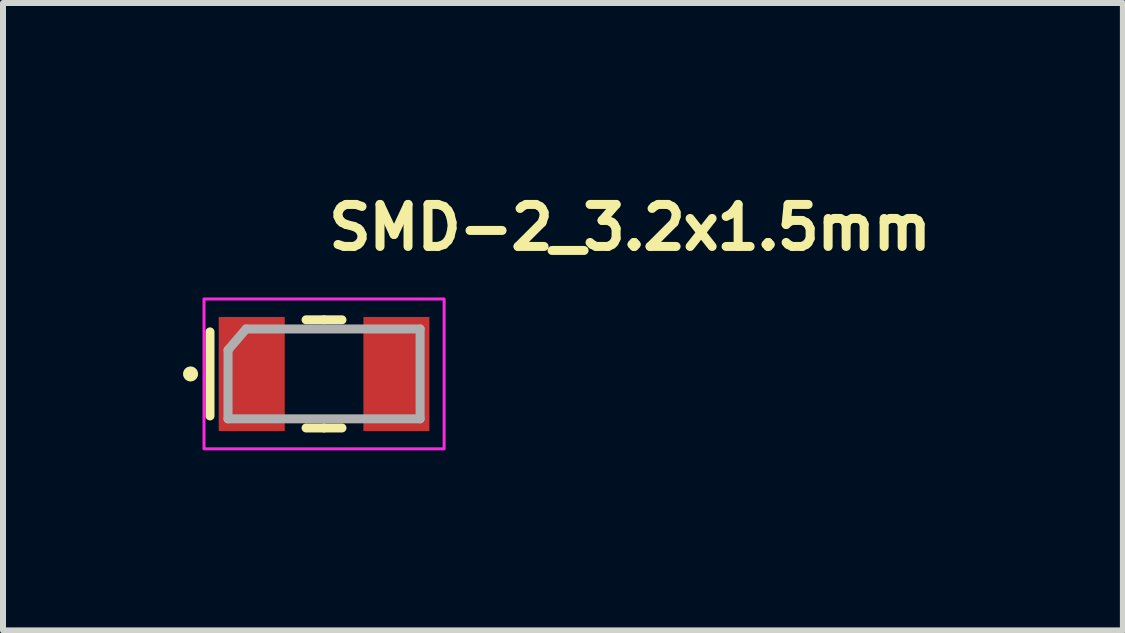
<source format=kicad_pcb>
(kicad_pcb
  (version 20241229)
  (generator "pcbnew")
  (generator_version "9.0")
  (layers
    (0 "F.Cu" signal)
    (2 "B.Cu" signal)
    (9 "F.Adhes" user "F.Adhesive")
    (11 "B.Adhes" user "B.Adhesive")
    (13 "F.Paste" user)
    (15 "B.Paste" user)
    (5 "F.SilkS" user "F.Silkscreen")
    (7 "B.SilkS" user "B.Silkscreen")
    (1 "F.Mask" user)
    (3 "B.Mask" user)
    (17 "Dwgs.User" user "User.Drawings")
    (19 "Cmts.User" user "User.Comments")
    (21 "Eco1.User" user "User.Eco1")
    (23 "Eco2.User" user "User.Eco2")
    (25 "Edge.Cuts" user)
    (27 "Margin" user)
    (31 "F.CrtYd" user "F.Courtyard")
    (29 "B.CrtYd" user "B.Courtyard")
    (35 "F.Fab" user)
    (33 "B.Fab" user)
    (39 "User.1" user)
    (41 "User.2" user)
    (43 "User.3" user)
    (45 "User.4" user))
  (footprint "SMD-2_3.2x1.5mm"
    (layer "F.Cu")
    (at 2.35 3.181)
    (property "Reference" "SMD-2_3.2x1.5mm" (at 0 -2.031 0) (layer "F.SilkS") (effects (font (size 0.7 0.7) (thickness 0.15)) (justify left bottom)))
    (attr smd)
    (fp_line (start -1.901 -0.701) (end -1.901 0.699) (stroke (width 0.15) (type solid)) (layer "F.SilkS"))
    (fp_line (start 0 -0.902) (end -0.3 -0.902) (stroke (width 0.15) (type solid)) (layer "F.SilkS"))
    (fp_line (start 0 -0.902) (end 0.298 -0.902) (stroke (width 0.15) (type solid)) (layer "F.SilkS"))
    (fp_line (start 0 0.9) (end -0.3 0.9) (stroke (width 0.15) (type solid)) (layer "F.SilkS"))
    (fp_line (start 0 0.9) (end 0.298 0.9) (stroke (width 0.15) (type solid)) (layer "F.SilkS"))
    (fp_circle (center -2.225 0) (end -2.175 0) (stroke (width 0.15) (type solid)) (fill yes) (layer "F.SilkS"))
    (fp_rect (start -2.001 -1.25) (end 2 1.248) (stroke (width 0.05) (type solid)) (fill no) (layer "F.CrtYd"))
    (fp_line (start -1.601 0.748) (end -1.6 -0.4) (stroke (width 0.15) (type solid)) (layer "F.Fab"))
    (fp_line (start -1.601 0.748) (end 1.6 0.748) (stroke (width 0.15) (type solid)) (layer "F.Fab"))
    (fp_line (start -1.3 -0.75) (end -1.6 -0.4) (stroke (width 0.15) (type solid)) (layer "F.Fab"))
    (fp_line (start 1.6 -0.75) (end -1.3 -0.75) (stroke (width 0.15) (type solid)) (layer "F.Fab"))
    (fp_line (start 1.6 0.748) (end 1.6 -0.75) (stroke (width 0.15) (type solid)) (layer "F.Fab"))
    (fp_rect (start -1.601 -0.75) (end 1.6 0.748) (stroke (width 0.1) (type solid)) (fill no) (layer "User.5"))
    (fp_line (start -1.601 -0.677) (end -1.601 0.675) (stroke (width 0.02) (type solid)) (layer "User.9"))
    (fp_line (start -1.601 0.675) (end -1.597 0.675) (stroke (width 0.02) (type solid)) (layer "User.9"))
    (fp_line (start -1.597 -0.677) (end -1.601 -0.677) (stroke (width 0.02) (type solid)) (layer "User.9"))
    (fp_line (start -1.597 0.675) (end -1.593 0.675) (stroke (width 0.02) (type solid)) (layer "User.9"))
    (fp_line (start -1.593 -0.677) (end -1.597 -0.677) (stroke (width 0.02) (type solid)) (layer "User.9"))
    (fp_line (start -1.593 0.675) (end -1.589 0.675) (stroke (width 0.02) (type solid)) (layer "User.9"))
    (fp_line (start -1.589 -0.677) (end -1.593 -0.677) (stroke (width 0.02) (type solid)) (layer "User.9"))
    (fp_line (start -1.589 0.675) (end -1.587 0.676) (stroke (width 0.02) (type solid)) (layer "User.9"))
    (fp_line (start -1.587 -0.678) (end -1.589 -0.677) (stroke (width 0.02) (type solid)) (layer "User.9"))
    (fp_line (start -1.587 0.676) (end -1.583 0.677) (stroke (width 0.02) (type solid)) (layer "User.9"))
    (fp_line (start -1.583 -0.679) (end -1.587 -0.678) (stroke (width 0.02) (type solid)) (layer "User.9"))
    (fp_line (start -1.583 0.677) (end -1.579 0.678) (stroke (width 0.02) (type solid)) (layer "User.9"))
    (fp_line (start -1.579 -0.68) (end -1.583 -0.679) (stroke (width 0.02) (type solid)) (layer "User.9"))
    (fp_line (start -1.579 0.678) (end -1.575 0.679) (stroke (width 0.02) (type solid)) (layer "User.9"))
    (fp_line (start -1.575 -0.681) (end -1.579 -0.68) (stroke (width 0.02) (type solid)) (layer "User.9"))
    (fp_line (start -1.575 0.679) (end -1.573 0.68) (stroke (width 0.02) (type solid)) (layer "User.9"))
    (fp_line (start -1.573 -0.682) (end -1.575 -0.681) (stroke (width 0.02) (type solid)) (layer "User.9"))
    (fp_line (start -1.573 0.68) (end -1.569 0.682) (stroke (width 0.02) (type solid)) (layer "User.9"))
    (fp_line (start -1.569 -0.684) (end -1.573 -0.682) (stroke (width 0.02) (type solid)) (layer "User.9"))
    (fp_line (start -1.569 0.682) (end -1.565 0.683) (stroke (width 0.02) (type solid)) (layer "User.9"))
    (fp_line (start -1.565 -0.685) (end -1.569 -0.684) (stroke (width 0.02) (type solid)) (layer "User.9"))
    (fp_line (start -1.565 0.683) (end -1.563 0.685) (stroke (width 0.02) (type solid)) (layer "User.9"))
    (fp_line (start -1.563 -0.687) (end -1.565 -0.685) (stroke (width 0.02) (type solid)) (layer "User.9"))
    (fp_line (start -1.563 0.685) (end -1.559 0.687) (stroke (width 0.02) (type solid)) (layer "User.9"))
    (fp_line (start -1.559 -0.689) (end -1.563 -0.687) (stroke (width 0.02) (type solid)) (layer "User.9"))
    (fp_line (start -1.559 0.687) (end -1.557 0.689) (stroke (width 0.02) (type solid)) (layer "User.9"))
    (fp_line (start -1.557 -0.691) (end -1.559 -0.689) (stroke (width 0.02) (type solid)) (layer "User.9"))
    (fp_line (start -1.557 0.689) (end -1.553 0.691) (stroke (width 0.02) (type solid)) (layer "User.9"))
    (fp_line (start -1.553 -0.693) (end -1.557 -0.691) (stroke (width 0.02) (type solid)) (layer "User.9"))
    (fp_line (start -1.553 0.691) (end -1.551 0.694) (stroke (width 0.02) (type solid)) (layer "User.9"))
    (fp_line (start -1.551 -0.696) (end -1.553 -0.693) (stroke (width 0.02) (type solid)) (layer "User.9"))
    (fp_line (start -1.551 0.694) (end -1.547 0.696) (stroke (width 0.02) (type solid)) (layer "User.9"))
    (fp_line (start -1.547 -0.698) (end -1.551 -0.696) (stroke (width 0.02) (type solid)) (layer "User.9"))
    (fp_line (start -1.547 -0.698) (end -1.547 -0.698) (stroke (width 0.02) (type solid)) (layer "User.9"))
    (fp_line (start -1.547 0.696) (end -1.547 0.696) (stroke (width 0.02) (type solid)) (layer "User.9"))
    (fp_line (start -1.547 0.696) (end -1.545 0.699) (stroke (width 0.02) (type solid)) (layer "User.9"))
    (fp_line (start -1.545 -0.701) (end -1.547 -0.698) (stroke (width 0.02) (type solid)) (layer "User.9"))
    (fp_line (start -1.545 0.699) (end -1.543 0.702) (stroke (width 0.02) (type solid)) (layer "User.9"))
    (fp_line (start -1.543 -0.704) (end -1.545 -0.701) (stroke (width 0.02) (type solid)) (layer "User.9"))
    (fp_line (start -1.543 0.702) (end -1.541 0.704) (stroke (width 0.02) (type solid)) (layer "User.9"))
    (fp_line (start -1.541 -0.706) (end -1.543 -0.704) (stroke (width 0.02) (type solid)) (layer "User.9"))
    (fp_line (start -1.541 0.704) (end -1.539 0.707) (stroke (width 0.02) (type solid)) (layer "User.9"))
    (fp_line (start -1.539 -0.709) (end -1.541 -0.706) (stroke (width 0.02) (type solid)) (layer "User.9"))
    (fp_line (start -1.539 0.707) (end -1.536 0.71) (stroke (width 0.02) (type solid)) (layer "User.9"))
    (fp_line (start -1.536 -0.712) (end -1.539 -0.709) (stroke (width 0.02) (type solid)) (layer "User.9"))
    (fp_line (start -1.536 0.71) (end -1.534 0.713) (stroke (width 0.02) (type solid)) (layer "User.9"))
    (fp_line (start -1.534 -0.718) (end -1.534 -0.715) (stroke (width 0.02) (type solid)) (layer "User.9"))
    (fp_line (start -1.534 -0.715) (end -1.536 -0.712) (stroke (width 0.02) (type solid)) (layer "User.9"))
    (fp_line (start -1.534 0.713) (end -1.534 0.716) (stroke (width 0.02) (type solid)) (layer "User.9"))
    (fp_line (start -1.534 0.716) (end -1.532 0.72) (stroke (width 0.02) (type solid)) (layer "User.9"))
    (fp_line (start -1.532 -0.722) (end -1.534 -0.718) (stroke (width 0.02) (type solid)) (layer "User.9"))
    (fp_line (start -1.532 0.72) (end -1.53 0.723) (stroke (width 0.02) (type solid)) (layer "User.9"))
    (fp_line (start -1.53 -0.729) (end -1.53 -0.725) (stroke (width 0.02) (type solid)) (layer "User.9"))
    (fp_line (start -1.53 -0.725) (end -1.532 -0.722) (stroke (width 0.02) (type solid)) (layer "User.9"))
    (fp_line (start -1.53 0.723) (end -1.53 0.727) (stroke (width 0.02) (type solid)) (layer "User.9"))
    (fp_line (start -1.53 0.727) (end -1.528 0.73) (stroke (width 0.02) (type solid)) (layer "User.9"))
    (fp_line (start -1.528 -0.736) (end -1.528 -0.732) (stroke (width 0.02) (type solid)) (layer "User.9"))
    (fp_line (start -1.528 -0.732) (end -1.53 -0.729) (stroke (width 0.02) (type solid)) (layer "User.9"))
    (fp_line (start -1.528 0.73) (end -1.528 0.734) (stroke (width 0.02) (type solid)) (layer "User.9"))
    (fp_line (start -1.528 0.734) (end -1.526 0.737) (stroke (width 0.02) (type solid)) (layer "User.9"))
    (fp_line (start -1.526 -0.75) (end -1.526 -0.747) (stroke (width 0.02) (type solid)) (layer "User.9"))
    (fp_line (start -1.526 -0.747) (end -1.526 -0.743) (stroke (width 0.02) (type solid)) (layer "User.9"))
    (fp_line (start -1.526 -0.743) (end -1.526 -0.739) (stroke (width 0.02) (type solid)) (layer "User.9"))
    (fp_line (start -1.526 -0.739) (end -1.528 -0.736) (stroke (width 0.02) (type solid)) (layer "User.9"))
    (fp_line (start -1.526 0.737) (end -1.526 0.741) (stroke (width 0.02) (type solid)) (layer "User.9"))
    (fp_line (start -1.526 0.741) (end -1.526 0.745) (stroke (width 0.02) (type solid)) (layer "User.9"))
    (fp_line (start -1.526 0.745) (end -1.526 0.748) (stroke (width 0.02) (type solid)) (layer "User.9"))
    (fp_line (start -1.526 0.748) (end 1.523 0.748) (stroke (width 0.02) (type solid)) (layer "User.9"))
    (fp_line (start -1.5 -0.567) (end -1.498 -0.572) (stroke (width 0.02) (type solid)) (layer "User.9"))
    (fp_line (start -1.5 -0.562) (end -1.5 -0.567) (stroke (width 0.02) (type solid)) (layer "User.9"))
    (fp_line (start -1.5 -0.557) (end -1.5 -0.562) (stroke (width 0.02) (type solid)) (layer "User.9"))
    (fp_line (start -1.5 -0.552) (end -1.5 -0.557) (stroke (width 0.02) (type solid)) (layer "User.9"))
    (fp_line (start -1.5 0.55) (end -1.5 -0.552) (stroke (width 0.02) (type solid)) (layer "User.9"))
    (fp_line (start -1.5 0.555) (end -1.5 0.55) (stroke (width 0.02) (type solid)) (layer "User.9"))
    (fp_line (start -1.5 0.56) (end -1.5 0.555) (stroke (width 0.02) (type solid)) (layer "User.9"))
    (fp_line (start -1.5 0.565) (end -1.5 0.56) (stroke (width 0.02) (type solid)) (layer "User.9"))
    (fp_line (start -1.498 -0.576) (end -1.496 -0.58) (stroke (width 0.02) (type solid)) (layer "User.9"))
    (fp_line (start -1.498 -0.572) (end -1.498 -0.576) (stroke (width 0.02) (type solid)) (layer "User.9"))
    (fp_line (start -1.498 0.57) (end -1.5 0.565) (stroke (width 0.02) (type solid)) (layer "User.9"))
    (fp_line (start -1.498 0.574) (end -1.498 0.57) (stroke (width 0.02) (type solid)) (layer "User.9"))
    (fp_line (start -1.496 -0.58) (end -1.494 -0.585) (stroke (width 0.02) (type solid)) (layer "User.9"))
    (fp_line (start -1.496 0.578) (end -1.498 0.574) (stroke (width 0.02) (type solid)) (layer "User.9"))
    (fp_line (start -1.494 -0.589) (end -1.492 -0.594) (stroke (width 0.02) (type solid)) (layer "User.9"))
    (fp_line (start -1.494 -0.585) (end -1.494 -0.589) (stroke (width 0.02) (type solid)) (layer "User.9"))
    (fp_line (start -1.494 0.583) (end -1.496 0.578) (stroke (width 0.02) (type solid)) (layer "User.9"))
    (fp_line (start -1.494 0.587) (end -1.494 0.583) (stroke (width 0.02) (type solid)) (layer "User.9"))
    (fp_line (start -1.492 -0.594) (end -1.488 -0.598) (stroke (width 0.02) (type solid)) (layer "User.9"))
    (fp_line (start -1.492 0.592) (end -1.494 0.587) (stroke (width 0.02) (type solid)) (layer "User.9"))
    (fp_line (start -1.488 -0.598) (end -1.486 -0.602) (stroke (width 0.02) (type solid)) (layer "User.9"))
    (fp_line (start -1.488 0.596) (end -1.492 0.592) (stroke (width 0.02) (type solid)) (layer "User.9"))
    (fp_line (start -1.486 -0.602) (end -1.484 -0.606) (stroke (width 0.02) (type solid)) (layer "User.9"))
    (fp_line (start -1.486 0.6) (end -1.488 0.596) (stroke (width 0.02) (type solid)) (layer "User.9"))
    (fp_line (start -1.484 -0.606) (end -1.482 -0.61) (stroke (width 0.02) (type solid)) (layer "User.9"))
    (fp_line (start -1.484 0.604) (end -1.486 0.6) (stroke (width 0.02) (type solid)) (layer "User.9"))
    (fp_line (start -1.482 -0.61) (end -1.478 -0.614) (stroke (width 0.02) (type solid)) (layer "User.9"))
    (fp_line (start -1.482 0.608) (end -1.484 0.604) (stroke (width 0.02) (type solid)) (layer "User.9"))
    (fp_line (start -1.478 -0.614) (end -1.476 -0.618) (stroke (width 0.02) (type solid)) (layer "User.9"))
    (fp_line (start -1.478 0.612) (end -1.482 0.608) (stroke (width 0.02) (type solid)) (layer "User.9"))
    (fp_line (start -1.476 -0.618) (end -1.472 -0.621) (stroke (width 0.02) (type solid)) (layer "User.9"))
    (fp_line (start -1.476 0.616) (end -1.478 0.612) (stroke (width 0.02) (type solid)) (layer "User.9"))
    (fp_line (start -1.472 -0.621) (end -1.468 -0.625) (stroke (width 0.02) (type solid)) (layer "User.9"))
    (fp_line (start -1.472 0.619) (end -1.476 0.616) (stroke (width 0.02) (type solid)) (layer "User.9"))
    (fp_line (start -1.468 -0.625) (end -1.464 -0.628) (stroke (width 0.02) (type solid)) (layer "User.9"))
    (fp_line (start -1.468 0.623) (end -1.472 0.619) (stroke (width 0.02) (type solid)) (layer "User.9"))
    (fp_line (start -1.464 -0.628) (end -1.46 -0.631) (stroke (width 0.02) (type solid)) (layer "User.9"))
    (fp_line (start -1.464 0.626) (end -1.468 0.623) (stroke (width 0.02) (type solid)) (layer "User.9"))
    (fp_line (start -1.46 -0.631) (end -1.456 -0.633) (stroke (width 0.02) (type solid)) (layer "User.9"))
    (fp_line (start -1.46 0.629) (end -1.464 0.626) (stroke (width 0.02) (type solid)) (layer "User.9"))
    (fp_line (start -1.456 -0.633) (end -1.452 -0.636) (stroke (width 0.02) (type solid)) (layer "User.9"))
    (fp_line (start -1.456 0.631) (end -1.46 0.629) (stroke (width 0.02) (type solid)) (layer "User.9"))
    (fp_line (start -1.452 -0.636) (end -1.448 -0.638) (stroke (width 0.02) (type solid)) (layer "User.9"))
    (fp_line (start -1.452 0.634) (end -1.456 0.631) (stroke (width 0.02) (type solid)) (layer "User.9"))
    (fp_line (start -1.448 -0.638) (end -1.444 -0.642) (stroke (width 0.02) (type solid)) (layer "User.9"))
    (fp_line (start -1.448 0.636) (end -1.452 0.634) (stroke (width 0.02) (type solid)) (layer "User.9"))
    (fp_line (start -1.444 -0.642) (end -1.44 -0.644) (stroke (width 0.02) (type solid)) (layer "User.9"))
    (fp_line (start -1.444 0.64) (end -1.448 0.636) (stroke (width 0.02) (type solid)) (layer "User.9"))
    (fp_line (start -1.44 -0.644) (end -1.436 -0.645) (stroke (width 0.02) (type solid)) (layer "User.9"))
    (fp_line (start -1.44 0.642) (end -1.444 0.64) (stroke (width 0.02) (type solid)) (layer "User.9"))
    (fp_line (start -1.436 -0.645) (end -1.43 -0.647) (stroke (width 0.02) (type solid)) (layer "User.9"))
    (fp_line (start -1.436 0.643) (end -1.44 0.642) (stroke (width 0.02) (type solid)) (layer "User.9"))
    (fp_line (start -1.43 -0.647) (end -1.426 -0.648) (stroke (width 0.02) (type solid)) (layer "User.9"))
    (fp_line (start -1.43 0.645) (end -1.436 0.643) (stroke (width 0.02) (type solid)) (layer "User.9"))
    (fp_line (start -1.426 -0.648) (end -1.422 -0.649) (stroke (width 0.02) (type solid)) (layer "User.9"))
    (fp_line (start -1.426 0.646) (end -1.43 0.645) (stroke (width 0.02) (type solid)) (layer "User.9"))
    (fp_line (start -1.422 -0.649) (end -1.416 -0.65) (stroke (width 0.02) (type solid)) (layer "User.9"))
    (fp_line (start -1.422 0.647) (end -1.426 0.646) (stroke (width 0.02) (type solid)) (layer "User.9"))
    (fp_line (start -1.416 -0.65) (end -1.412 -0.651) (stroke (width 0.02) (type solid)) (layer "User.9"))
    (fp_line (start -1.416 0.648) (end -1.422 0.647) (stroke (width 0.02) (type solid)) (layer "User.9"))
    (fp_line (start -1.412 -0.651) (end -1.407 -0.651) (stroke (width 0.02) (type solid)) (layer "User.9"))
    (fp_line (start -1.412 0.649) (end -1.416 0.648) (stroke (width 0.02) (type solid)) (layer "User.9"))
    (fp_line (start -1.407 -0.651) (end -1.401 -0.652) (stroke (width 0.02) (type solid)) (layer "User.9"))
    (fp_line (start -1.407 0.649) (end -1.412 0.649) (stroke (width 0.02) (type solid)) (layer "User.9"))
    (fp_line (start -1.401 -0.652) (end 1.398 -0.652) (stroke (width 0.02) (type solid)) (layer "User.9"))
    (fp_line (start -1.401 0.65) (end -1.407 0.649) (stroke (width 0.02) (type solid)) (layer "User.9"))
    (fp_line (start 1.398 -0.652) (end 1.404 -0.651) (stroke (width 0.02) (type solid)) (layer "User.9"))
    (fp_line (start 1.398 0.65) (end -1.401 0.65) (stroke (width 0.02) (type solid)) (layer "User.9"))
    (fp_line (start 1.404 -0.651) (end 1.409 -0.651) (stroke (width 0.02) (type solid)) (layer "User.9"))
    (fp_line (start 1.404 0.649) (end 1.398 0.65) (stroke (width 0.02) (type solid)) (layer "User.9"))
    (fp_line (start 1.409 -0.651) (end 1.415 -0.65) (stroke (width 0.02) (type solid)) (layer "User.9"))
    (fp_line (start 1.409 0.649) (end 1.404 0.649) (stroke (width 0.02) (type solid)) (layer "User.9"))
    (fp_line (start 1.415 -0.65) (end 1.419 -0.649) (stroke (width 0.02) (type solid)) (layer "User.9"))
    (fp_line (start 1.415 0.648) (end 1.409 0.649) (stroke (width 0.02) (type solid)) (layer "User.9"))
    (fp_line (start 1.419 -0.649) (end 1.423 -0.648) (stroke (width 0.02) (type solid)) (layer "User.9"))
    (fp_line (start 1.419 0.647) (end 1.415 0.648) (stroke (width 0.02) (type solid)) (layer "User.9"))
    (fp_line (start 1.423 -0.648) (end 1.429 -0.647) (stroke (width 0.02) (type solid)) (layer "User.9"))
    (fp_line (start 1.423 0.646) (end 1.419 0.647) (stroke (width 0.02) (type solid)) (layer "User.9"))
    (fp_line (start 1.429 -0.647) (end 1.433 -0.645) (stroke (width 0.02) (type solid)) (layer "User.9"))
    (fp_line (start 1.429 0.645) (end 1.423 0.646) (stroke (width 0.02) (type solid)) (layer "User.9"))
    (fp_line (start 1.433 -0.645) (end 1.437 -0.644) (stroke (width 0.02) (type solid)) (layer "User.9"))
    (fp_line (start 1.433 0.643) (end 1.429 0.645) (stroke (width 0.02) (type solid)) (layer "User.9"))
    (fp_line (start 1.437 -0.644) (end 1.443 -0.642) (stroke (width 0.02) (type solid)) (layer "User.9"))
    (fp_line (start 1.437 0.642) (end 1.433 0.643) (stroke (width 0.02) (type solid)) (layer "User.9"))
    (fp_line (start 1.443 -0.642) (end 1.447 -0.638) (stroke (width 0.02) (type solid)) (layer "User.9"))
    (fp_line (start 1.443 0.64) (end 1.437 0.642) (stroke (width 0.02) (type solid)) (layer "User.9"))
    (fp_line (start 1.447 -0.638) (end 1.451 -0.636) (stroke (width 0.02) (type solid)) (layer "User.9"))
    (fp_line (start 1.447 0.636) (end 1.443 0.64) (stroke (width 0.02) (type solid)) (layer "User.9"))
    (fp_line (start 1.451 -0.636) (end 1.455 -0.633) (stroke (width 0.02) (type solid)) (layer "User.9"))
    (fp_line (start 1.451 0.634) (end 1.447 0.636) (stroke (width 0.02) (type solid)) (layer "User.9"))
    (fp_line (start 1.455 -0.633) (end 1.459 -0.631) (stroke (width 0.02) (type solid)) (layer "User.9"))
    (fp_line (start 1.455 0.631) (end 1.451 0.634) (stroke (width 0.02) (type solid)) (layer "User.9"))
    (fp_line (start 1.459 -0.631) (end 1.463 -0.628) (stroke (width 0.02) (type solid)) (layer "User.9"))
    (fp_line (start 1.459 0.629) (end 1.455 0.631) (stroke (width 0.02) (type solid)) (layer "User.9"))
    (fp_line (start 1.463 -0.628) (end 1.467 -0.625) (stroke (width 0.02) (type solid)) (layer "User.9"))
    (fp_line (start 1.463 0.626) (end 1.459 0.629) (stroke (width 0.02) (type solid)) (layer "User.9"))
    (fp_line (start 1.467 -0.625) (end 1.469 -0.621) (stroke (width 0.02) (type solid)) (layer "User.9"))
    (fp_line (start 1.467 0.623) (end 1.463 0.626) (stroke (width 0.02) (type solid)) (layer "User.9"))
    (fp_line (start 1.469 -0.621) (end 1.473 -0.618) (stroke (width 0.02) (type solid)) (layer "User.9"))
    (fp_line (start 1.469 0.619) (end 1.467 0.623) (stroke (width 0.02) (type solid)) (layer "User.9"))
    (fp_line (start 1.473 -0.618) (end 1.477 -0.614) (stroke (width 0.02) (type solid)) (layer "User.9"))
    (fp_line (start 1.473 0.616) (end 1.469 0.619) (stroke (width 0.02) (type solid)) (layer "User.9"))
    (fp_line (start 1.477 -0.614) (end 1.479 -0.61) (stroke (width 0.02) (type solid)) (layer "User.9"))
    (fp_line (start 1.477 0.612) (end 1.473 0.616) (stroke (width 0.02) (type solid)) (layer "User.9"))
    (fp_line (start 1.479 -0.61) (end 1.481 -0.606) (stroke (width 0.02) (type solid)) (layer "User.9"))
    (fp_line (start 1.479 0.608) (end 1.477 0.612) (stroke (width 0.02) (type solid)) (layer "User.9"))
    (fp_line (start 1.481 -0.606) (end 1.485 -0.602) (stroke (width 0.02) (type solid)) (layer "User.9"))
    (fp_line (start 1.481 0.604) (end 1.479 0.608) (stroke (width 0.02) (type solid)) (layer "User.9"))
    (fp_line (start 1.485 -0.602) (end 1.487 -0.598) (stroke (width 0.02) (type solid)) (layer "User.9"))
    (fp_line (start 1.485 0.6) (end 1.481 0.604) (stroke (width 0.02) (type solid)) (layer "User.9"))
    (fp_line (start 1.487 -0.598) (end 1.489 -0.594) (stroke (width 0.02) (type solid)) (layer "User.9"))
    (fp_line (start 1.487 0.596) (end 1.485 0.6) (stroke (width 0.02) (type solid)) (layer "User.9"))
    (fp_line (start 1.489 -0.594) (end 1.491 -0.589) (stroke (width 0.02) (type solid)) (layer "User.9"))
    (fp_line (start 1.489 0.592) (end 1.487 0.596) (stroke (width 0.02) (type solid)) (layer "User.9"))
    (fp_line (start 1.491 -0.589) (end 1.493 -0.585) (stroke (width 0.02) (type solid)) (layer "User.9"))
    (fp_line (start 1.491 0.587) (end 1.489 0.592) (stroke (width 0.02) (type solid)) (layer "User.9"))
    (fp_line (start 1.493 -0.585) (end 1.495 -0.58) (stroke (width 0.02) (type solid)) (layer "User.9"))
    (fp_line (start 1.493 0.583) (end 1.491 0.587) (stroke (width 0.02) (type solid)) (layer "User.9"))
    (fp_line (start 1.495 -0.58) (end 1.495 -0.576) (stroke (width 0.02) (type solid)) (layer "User.9"))
    (fp_line (start 1.495 -0.576) (end 1.497 -0.572) (stroke (width 0.02) (type solid)) (layer "User.9"))
    (fp_line (start 1.495 0.574) (end 1.495 0.578) (stroke (width 0.02) (type solid)) (layer "User.9"))
    (fp_line (start 1.495 0.578) (end 1.493 0.583) (stroke (width 0.02) (type solid)) (layer "User.9"))
    (fp_line (start 1.497 -0.572) (end 1.497 -0.567) (stroke (width 0.02) (type solid)) (layer "User.9"))
    (fp_line (start 1.497 -0.567) (end 1.499 -0.562) (stroke (width 0.02) (type solid)) (layer "User.9"))
    (fp_line (start 1.497 0.565) (end 1.497 0.57) (stroke (width 0.02) (type solid)) (layer "User.9"))
    (fp_line (start 1.497 0.57) (end 1.495 0.574) (stroke (width 0.02) (type solid)) (layer "User.9"))
    (fp_line (start 1.499 -0.562) (end 1.499 -0.557) (stroke (width 0.02) (type solid)) (layer "User.9"))
    (fp_line (start 1.499 -0.557) (end 1.499 -0.552) (stroke (width 0.02) (type solid)) (layer "User.9"))
    (fp_line (start 1.499 -0.552) (end 1.499 0.55) (stroke (width 0.02) (type solid)) (layer "User.9"))
    (fp_line (start 1.499 0.55) (end 1.499 0.555) (stroke (width 0.02) (type solid)) (layer "User.9"))
    (fp_line (start 1.499 0.555) (end 1.499 0.56) (stroke (width 0.02) (type solid)) (layer "User.9"))
    (fp_line (start 1.499 0.56) (end 1.497 0.565) (stroke (width 0.02) (type solid)) (layer "User.9"))
    (fp_line (start 1.523 -0.75) (end -1.526 -0.75) (stroke (width 0.02) (type solid)) (layer "User.9"))
    (fp_line (start 1.523 0.748) (end 1.525 0.745) (stroke (width 0.02) (type solid)) (layer "User.9"))
    (fp_line (start 1.525 -0.747) (end 1.523 -0.75) (stroke (width 0.02) (type solid)) (layer "User.9"))
    (fp_line (start 1.525 -0.743) (end 1.525 -0.747) (stroke (width 0.02) (type solid)) (layer "User.9"))
    (fp_line (start 1.525 -0.739) (end 1.525 -0.743) (stroke (width 0.02) (type solid)) (layer "User.9"))
    (fp_line (start 1.525 -0.736) (end 1.525 -0.739) (stroke (width 0.02) (type solid)) (layer "User.9"))
    (fp_line (start 1.525 0.734) (end 1.527 0.73) (stroke (width 0.02) (type solid)) (layer "User.9"))
    (fp_line (start 1.525 0.737) (end 1.525 0.734) (stroke (width 0.02) (type solid)) (layer "User.9"))
    (fp_line (start 1.525 0.741) (end 1.525 0.737) (stroke (width 0.02) (type solid)) (layer "User.9"))
    (fp_line (start 1.525 0.745) (end 1.525 0.741) (stroke (width 0.02) (type solid)) (layer "User.9"))
    (fp_line (start 1.527 -0.732) (end 1.525 -0.736) (stroke (width 0.02) (type solid)) (layer "User.9"))
    (fp_line (start 1.527 -0.729) (end 1.527 -0.732) (stroke (width 0.02) (type solid)) (layer "User.9"))
    (fp_line (start 1.527 0.727) (end 1.529 0.723) (stroke (width 0.02) (type solid)) (layer "User.9"))
    (fp_line (start 1.527 0.73) (end 1.527 0.727) (stroke (width 0.02) (type solid)) (layer "User.9"))
    (fp_line (start 1.529 -0.725) (end 1.527 -0.729) (stroke (width 0.02) (type solid)) (layer "User.9"))
    (fp_line (start 1.529 -0.722) (end 1.529 -0.725) (stroke (width 0.02) (type solid)) (layer "User.9"))
    (fp_line (start 1.529 0.72) (end 1.531 0.716) (stroke (width 0.02) (type solid)) (layer "User.9"))
    (fp_line (start 1.529 0.723) (end 1.529 0.72) (stroke (width 0.02) (type solid)) (layer "User.9"))
    (fp_line (start 1.531 -0.718) (end 1.529 -0.722) (stroke (width 0.02) (type solid)) (layer "User.9"))
    (fp_line (start 1.531 0.716) (end 1.533 0.713) (stroke (width 0.02) (type solid)) (layer "User.9"))
    (fp_line (start 1.533 -0.715) (end 1.531 -0.718) (stroke (width 0.02) (type solid)) (layer "User.9"))
    (fp_line (start 1.533 0.713) (end 1.535 0.71) (stroke (width 0.02) (type solid)) (layer "User.9"))
    (fp_line (start 1.535 -0.712) (end 1.533 -0.715) (stroke (width 0.02) (type solid)) (layer "User.9"))
    (fp_line (start 1.535 0.71) (end 1.536 0.707) (stroke (width 0.02) (type solid)) (layer "User.9"))
    (fp_line (start 1.536 -0.709) (end 1.535 -0.712) (stroke (width 0.02) (type solid)) (layer "User.9"))
    (fp_line (start 1.536 0.707) (end 1.538 0.704) (stroke (width 0.02) (type solid)) (layer "User.9"))
    (fp_line (start 1.538 -0.706) (end 1.536 -0.709) (stroke (width 0.02) (type solid)) (layer "User.9"))
    (fp_line (start 1.538 0.704) (end 1.54 0.702) (stroke (width 0.02) (type solid)) (layer "User.9"))
    (fp_line (start 1.54 -0.704) (end 1.538 -0.706) (stroke (width 0.02) (type solid)) (layer "User.9"))
    (fp_line (start 1.54 0.702) (end 1.544 0.699) (stroke (width 0.02) (type solid)) (layer "User.9"))
    (fp_line (start 1.544 -0.701) (end 1.54 -0.704) (stroke (width 0.02) (type solid)) (layer "User.9"))
    (fp_line (start 1.544 0.699) (end 1.546 0.696) (stroke (width 0.02) (type solid)) (layer "User.9"))
    (fp_line (start 1.546 -0.698) (end 1.544 -0.701) (stroke (width 0.02) (type solid)) (layer "User.9"))
    (fp_line (start 1.546 -0.698) (end 1.546 -0.698) (stroke (width 0.02) (type solid)) (layer "User.9"))
    (fp_line (start 1.546 0.696) (end 1.546 0.696) (stroke (width 0.02) (type solid)) (layer "User.9"))
    (fp_line (start 1.546 0.696) (end 1.548 0.694) (stroke (width 0.02) (type solid)) (layer "User.9"))
    (fp_line (start 1.548 -0.696) (end 1.546 -0.698) (stroke (width 0.02) (type solid)) (layer "User.9"))
    (fp_line (start 1.548 0.694) (end 1.552 0.691) (stroke (width 0.02) (type solid)) (layer "User.9"))
    (fp_line (start 1.552 -0.693) (end 1.548 -0.696) (stroke (width 0.02) (type solid)) (layer "User.9"))
    (fp_line (start 1.552 0.691) (end 1.554 0.689) (stroke (width 0.02) (type solid)) (layer "User.9"))
    (fp_line (start 1.554 -0.691) (end 1.552 -0.693) (stroke (width 0.02) (type solid)) (layer "User.9"))
    (fp_line (start 1.554 0.689) (end 1.558 0.687) (stroke (width 0.02) (type solid)) (layer "User.9"))
    (fp_line (start 1.558 -0.689) (end 1.554 -0.691) (stroke (width 0.02) (type solid)) (layer "User.9"))
    (fp_line (start 1.558 0.687) (end 1.56 0.685) (stroke (width 0.02) (type solid)) (layer "User.9"))
    (fp_line (start 1.56 -0.687) (end 1.558 -0.689) (stroke (width 0.02) (type solid)) (layer "User.9"))
    (fp_line (start 1.56 0.685) (end 1.564 0.683) (stroke (width 0.02) (type solid)) (layer "User.9"))
    (fp_line (start 1.564 -0.685) (end 1.56 -0.687) (stroke (width 0.02) (type solid)) (layer "User.9"))
    (fp_line (start 1.564 0.683) (end 1.566 0.682) (stroke (width 0.02) (type solid)) (layer "User.9"))
    (fp_line (start 1.566 -0.684) (end 1.564 -0.685) (stroke (width 0.02) (type solid)) (layer "User.9"))
    (fp_line (start 1.566 0.682) (end 1.57 0.68) (stroke (width 0.02) (type solid)) (layer "User.9"))
    (fp_line (start 1.57 -0.682) (end 1.566 -0.684) (stroke (width 0.02) (type solid)) (layer "User.9"))
    (fp_line (start 1.57 0.68) (end 1.574 0.679) (stroke (width 0.02) (type solid)) (layer "User.9"))
    (fp_line (start 1.574 -0.681) (end 1.57 -0.682) (stroke (width 0.02) (type solid)) (layer "User.9"))
    (fp_line (start 1.574 0.679) (end 1.578 0.678) (stroke (width 0.02) (type solid)) (layer "User.9"))
    (fp_line (start 1.578 -0.68) (end 1.574 -0.681) (stroke (width 0.02) (type solid)) (layer "User.9"))
    (fp_line (start 1.578 0.678) (end 1.58 0.677) (stroke (width 0.02) (type solid)) (layer "User.9"))
    (fp_line (start 1.58 -0.679) (end 1.578 -0.68) (stroke (width 0.02) (type solid)) (layer "User.9"))
    (fp_line (start 1.58 0.677) (end 1.584 0.676) (stroke (width 0.02) (type solid)) (layer "User.9"))
    (fp_line (start 1.584 -0.678) (end 1.58 -0.679) (stroke (width 0.02) (type solid)) (layer "User.9"))
    (fp_line (start 1.584 0.676) (end 1.588 0.675) (stroke (width 0.02) (type solid)) (layer "User.9"))
    (fp_line (start 1.588 -0.677) (end 1.584 -0.678) (stroke (width 0.02) (type solid)) (layer "User.9"))
    (fp_line (start 1.588 0.675) (end 1.592 0.675) (stroke (width 0.02) (type solid)) (layer "User.9"))
    (fp_line (start 1.592 -0.677) (end 1.588 -0.677) (stroke (width 0.02) (type solid)) (layer "User.9"))
    (fp_line (start 1.592 0.675) (end 1.596 0.675) (stroke (width 0.02) (type solid)) (layer "User.9"))
    (fp_line (start 1.596 -0.677) (end 1.592 -0.677) (stroke (width 0.02) (type solid)) (layer "User.9"))
    (fp_line (start 1.596 0.675) (end 1.6 0.675) (stroke (width 0.02) (type solid)) (layer "User.9"))
    (fp_line (start 1.6 -0.677) (end 1.596 -0.677) (stroke (width 0.02) (type solid)) (layer "User.9"))
    (fp_line (start 1.6 0.675) (end 1.6 -0.677) (stroke (width 0.02) (type solid)) (layer "User.9"))
    (pad "1" smd rect (at -1.206 0) (size 1.1 1.9) (layers "F.Cu" "F.Mask" "F.Paste"))
    (pad "2" smd rect (at 1.205 0) (size 1.1 1.9) (layers "F.Cu" "F.Mask" "F.Paste")))
  (gr_rect
    (start -3 -3)
    (end 15.66 7.454)
    (stroke (width 0.1) (type default))
    (fill no)
    (layer "Edge.Cuts")))
</source>
